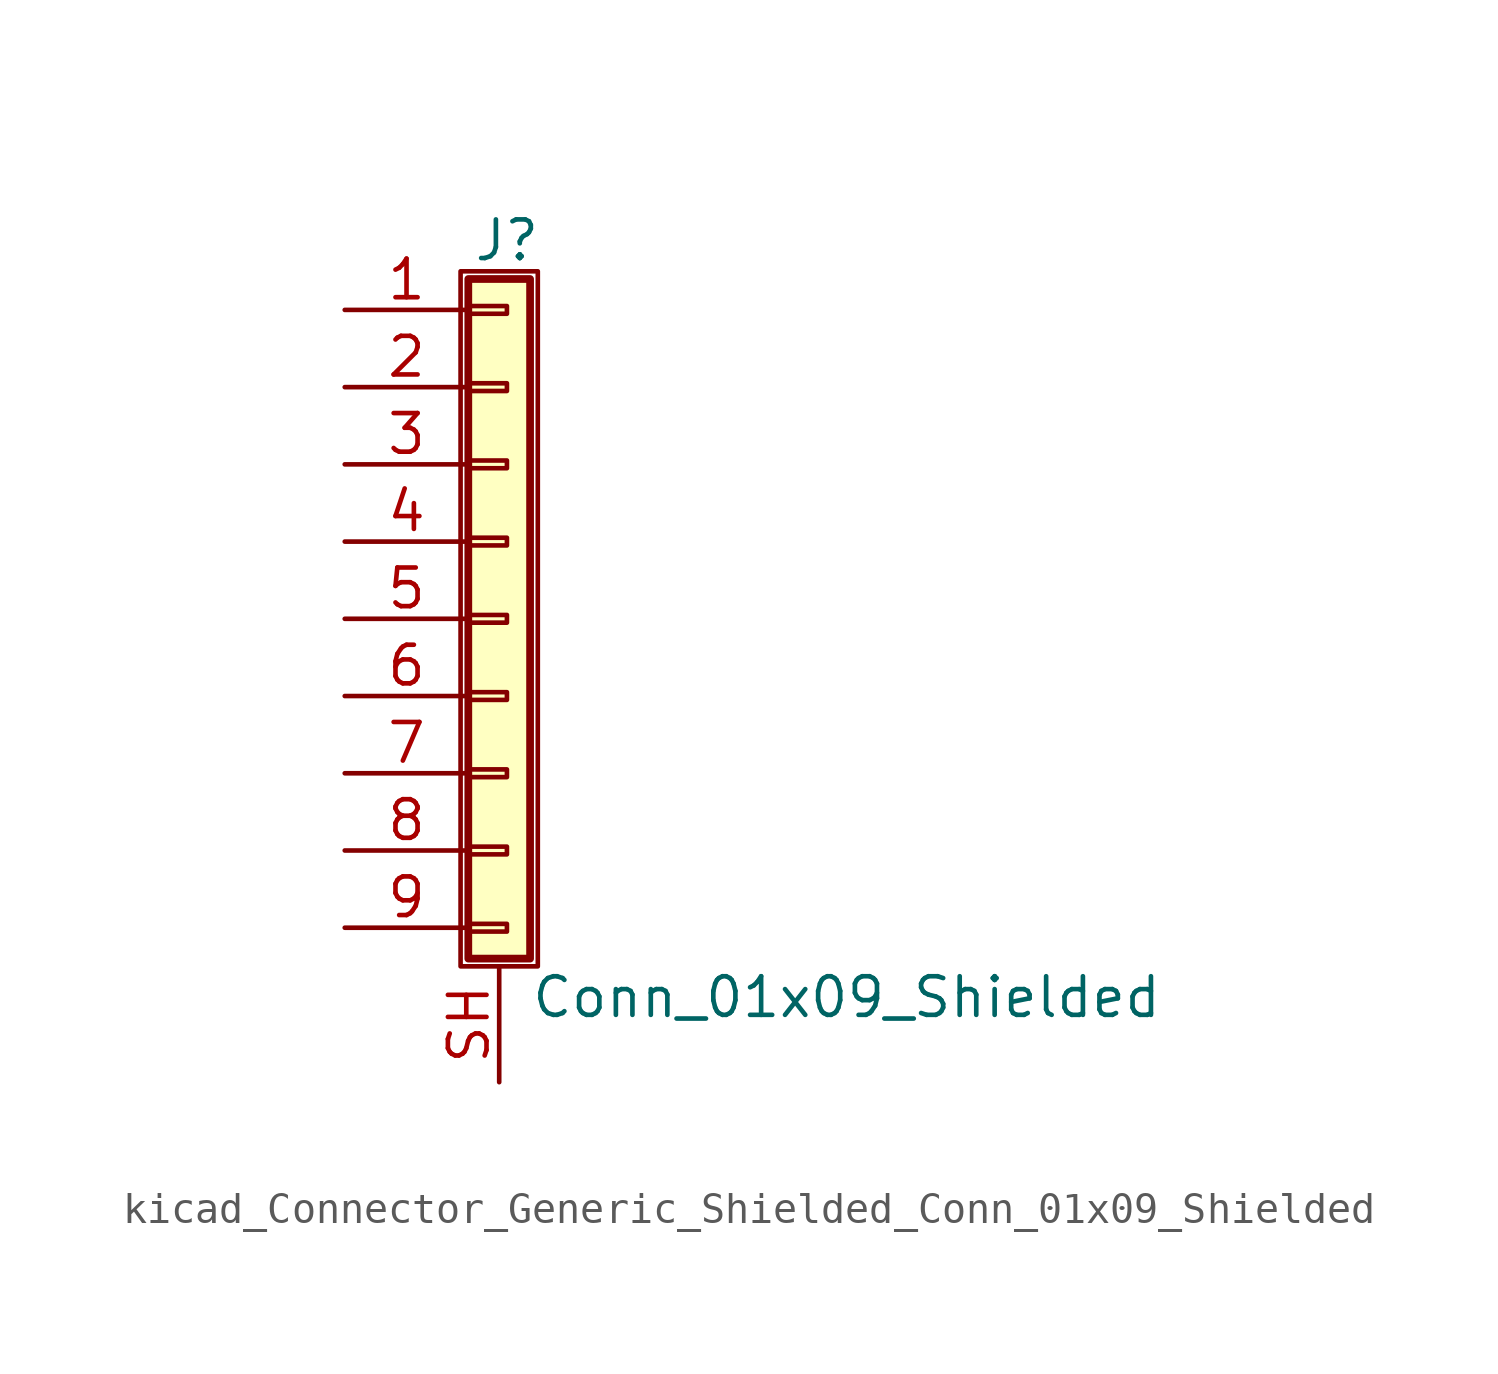
<source format=kicad_sym>
(kicad_symbol_lib
  (version 20220914)
  (generator kicad_symbol_editor)
  (symbol "kicad_Connector_Generic_Shielded_Conn_01x09_Shielded"
    (pin_names
      (offset 1.016) hide)
    (property "Reference" "J"
      (at 0.254 12.446 0)
      (effects (font (size 1.27 1.27))))
    (property "Value" "Conn_01x09_Shielded"
      (at 1.016 -12.446 0)
      (effects (font (size 1.27 1.27)) (justify left)))
    (symbol "kicad_Connector_Generic_Shielded_Conn_01x09_Shielded_1_1"
      (rectangle (start -1.27 11.43) (end 1.27 -11.43) (stroke (width 0.152) (type default)) (fill (type none)))
      (rectangle (start -1.016 -10.033) (end 0.254 -10.287) (stroke (width 0.152) (type default)) (fill (type none)))
      (rectangle (start -1.016 -7.493) (end 0.254 -7.747) (stroke (width 0.152) (type default)) (fill (type none)))
      (rectangle (start -1.016 -4.953) (end 0.254 -5.207) (stroke (width 0.152) (type default)) (fill (type none)))
      (rectangle (start -1.016 -2.413) (end 0.254 -2.667) (stroke (width 0.152) (type default)) (fill (type none)))
      (rectangle (start -1.016 0.127) (end 0.254 -0.127) (stroke (width 0.152) (type default)) (fill (type none)))
      (rectangle (start -1.016 2.667) (end 0.254 2.413) (stroke (width 0.152) (type default)) (fill (type none)))
      (rectangle (start -1.016 5.207) (end 0.254 4.953) (stroke (width 0.152) (type default)) (fill (type none)))
      (rectangle (start -1.016 7.747) (end 0.254 7.493) (stroke (width 0.152) (type default)) (fill (type none)))
      (rectangle (start -1.016 10.287) (end 0.254 10.033) (stroke (width 0.152) (type default)) (fill (type none)))
      (rectangle (start -1.016 11.176) (end 1.016 -11.176) (stroke (width 0.254) (type default)) (fill (type background)))
      (pin passive line (at -5.08 10.16 0) (length 4.064) (name "Pin_1" (effects (font (size 1.27 1.27)))) (number "1" (effects (font (size 1.27 1.27)))))
      (pin passive line (at -5.08 7.62 0) (length 4.064) (name "Pin_2" (effects (font (size 1.27 1.27)))) (number "2" (effects (font (size 1.27 1.27)))))
      (pin passive line (at -5.08 5.08 0) (length 4.064) (name "Pin_3" (effects (font (size 1.27 1.27)))) (number "3" (effects (font (size 1.27 1.27)))))
      (pin passive line (at -5.08 2.54 0) (length 4.064) (name "Pin_4" (effects (font (size 1.27 1.27)))) (number "4" (effects (font (size 1.27 1.27)))))
      (pin passive line (at -5.08 0 0) (length 4.064) (name "Pin_5" (effects (font (size 1.27 1.27)))) (number "5" (effects (font (size 1.27 1.27)))))
      (pin passive line (at -5.08 -2.54 0) (length 4.064) (name "Pin_6" (effects (font (size 1.27 1.27)))) (number "6" (effects (font (size 1.27 1.27)))))
      (pin passive line (at -5.08 -5.08 0) (length 4.064) (name "Pin_7" (effects (font (size 1.27 1.27)))) (number "7" (effects (font (size 1.27 1.27)))))
      (pin passive line (at -5.08 -7.62 0) (length 4.064) (name "Pin_8" (effects (font (size 1.27 1.27)))) (number "8" (effects (font (size 1.27 1.27)))))
      (pin passive line (at -5.08 -10.16 0) (length 4.064) (name "Pin_9" (effects (font (size 1.27 1.27)))) (number "9" (effects (font (size 1.27 1.27)))))
      (pin passive line (at 0 -15.24 90) (length 3.81) (name "Shield" (effects (font (size 1.27 1.27)))) (number "SH" (effects (font (size 1.27 1.27))))))))
</source>
